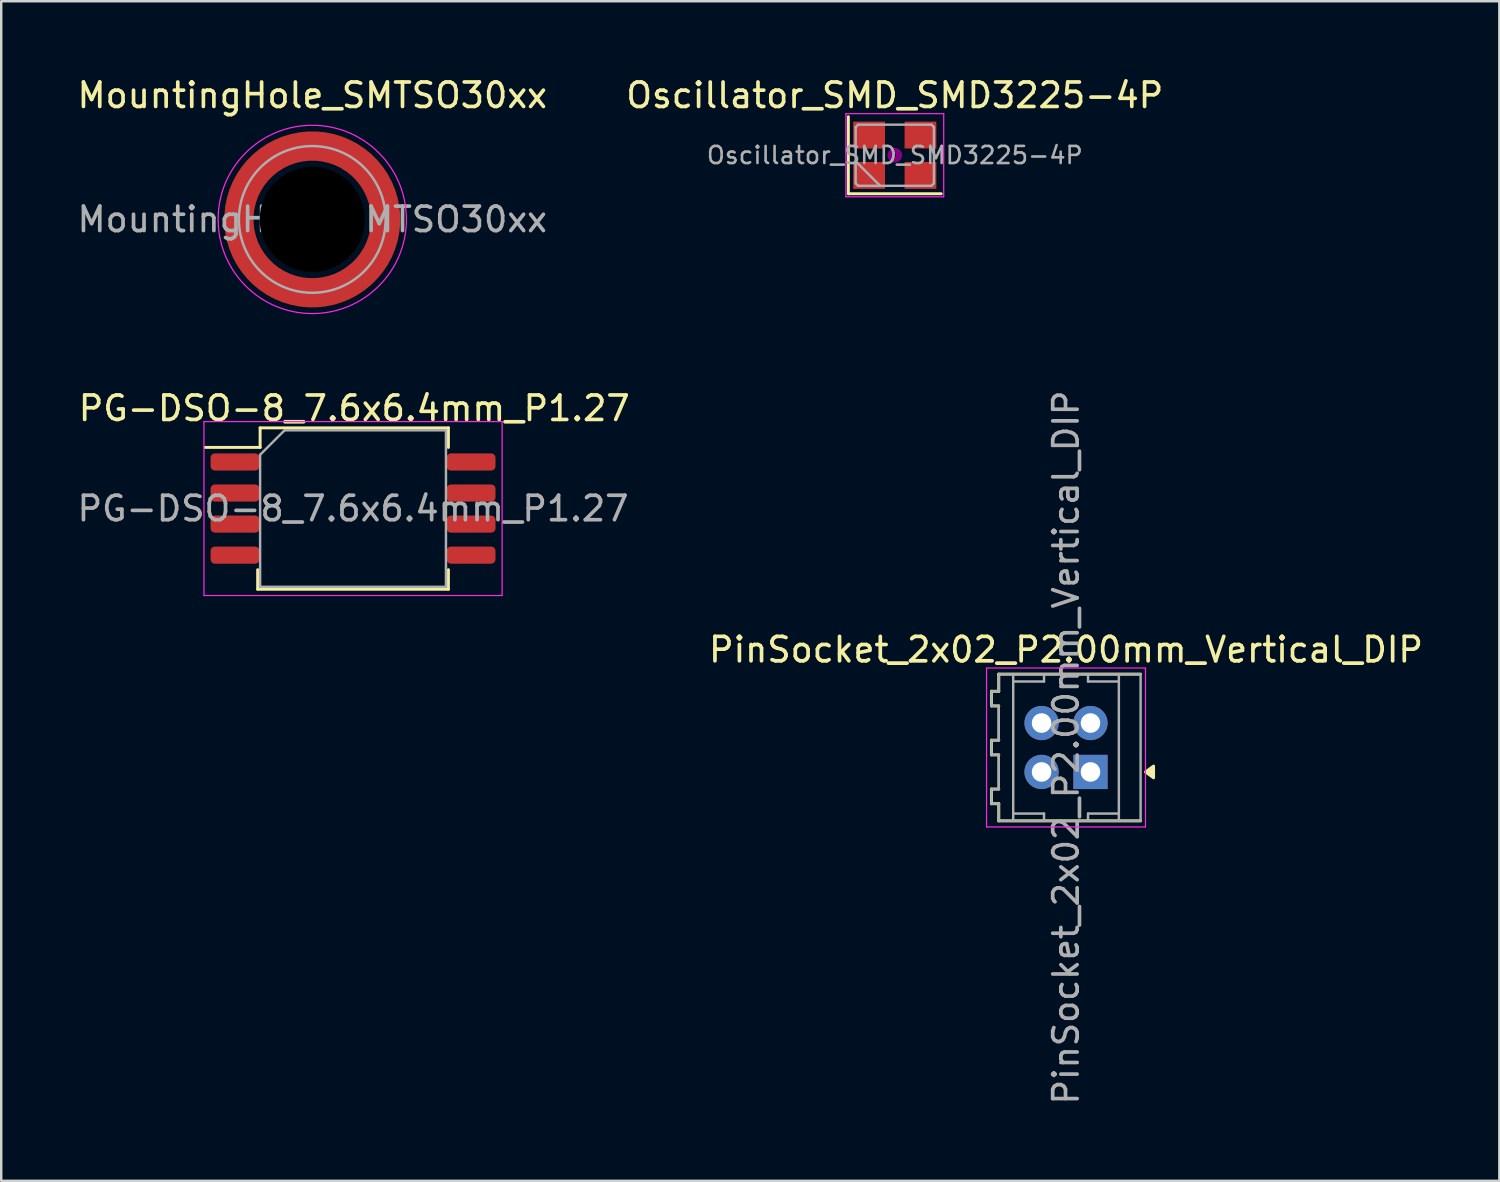
<source format=kicad_pcb>
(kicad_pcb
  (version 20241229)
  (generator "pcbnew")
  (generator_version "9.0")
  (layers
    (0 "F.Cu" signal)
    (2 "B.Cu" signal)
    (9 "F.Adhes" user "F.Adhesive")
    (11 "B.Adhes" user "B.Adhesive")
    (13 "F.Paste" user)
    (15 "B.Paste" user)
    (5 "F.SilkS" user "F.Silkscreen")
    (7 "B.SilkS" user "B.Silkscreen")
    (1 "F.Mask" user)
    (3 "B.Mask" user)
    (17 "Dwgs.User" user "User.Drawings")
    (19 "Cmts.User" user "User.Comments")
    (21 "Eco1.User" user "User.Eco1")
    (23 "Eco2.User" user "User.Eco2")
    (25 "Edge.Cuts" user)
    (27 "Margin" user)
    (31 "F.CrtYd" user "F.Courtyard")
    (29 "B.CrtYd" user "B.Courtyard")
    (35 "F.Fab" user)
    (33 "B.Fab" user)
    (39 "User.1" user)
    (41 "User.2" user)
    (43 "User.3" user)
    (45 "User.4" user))
  (footprint "Oscillator_SMD_SMD3225-4P"
    (layer "F.Cu")
    (at 33.542 3.298)
    (property "Reference" "Oscillator_SMD_SMD3225-4P" (at 0 -2.45 0) (layer "F.SilkS") (effects (font (size 1 1) (thickness 0.15))))
    (attr smd)
    (fp_line (start -1.9 -1.575) (end -1.9 1.575) (stroke (width 0.12) (type solid)) (layer "F.SilkS"))
    (fp_line (start -1.9 1.575) (end 1.9 1.575) (stroke (width 0.12) (type solid)) (layer "F.SilkS"))
    (fp_circle (center 0 0) (end 0.058 0) (stroke (width 0.117) (type solid)) (fill no) (layer "F.Adhes"))
    (fp_circle (center 0 0) (end 0.133 0) (stroke (width 0.083) (type solid)) (fill no) (layer "F.Adhes"))
    (fp_circle (center 0 0) (end 0.208 0) (stroke (width 0.083) (type solid)) (fill no) (layer "F.Adhes"))
    (fp_circle (center 0 0) (end 0.25 0) (stroke (width 0.1) (type solid)) (fill no) (layer "F.Adhes"))
    (fp_line (start -2 -1.7) (end -2 1.7) (stroke (width 0.05) (type solid)) (layer "F.CrtYd"))
    (fp_line (start -2 1.7) (end 2 1.7) (stroke (width 0.05) (type solid)) (layer "F.CrtYd"))
    (fp_line (start 2 -1.7) (end -2 -1.7) (stroke (width 0.05) (type solid)) (layer "F.CrtYd"))
    (fp_line (start 2 1.7) (end 2 -1.7) (stroke (width 0.05) (type solid)) (layer "F.CrtYd"))
    (fp_line (start -1.6 -1.15) (end -1.5 -1.25) (stroke (width 0.1) (type solid)) (layer "F.Fab"))
    (fp_line (start -1.6 0.25) (end -0.6 1.25) (stroke (width 0.1) (type solid)) (layer "F.Fab"))
    (fp_line (start -1.6 1.15) (end -1.6 -1.15) (stroke (width 0.1) (type solid)) (layer "F.Fab"))
    (fp_line (start -1.5 -1.25) (end 1.5 -1.25) (stroke (width 0.1) (type solid)) (layer "F.Fab"))
    (fp_line (start -1.5 1.25) (end -1.6 1.15) (stroke (width 0.1) (type solid)) (layer "F.Fab"))
    (fp_line (start 1.5 -1.25) (end 1.6 -1.15) (stroke (width 0.1) (type solid)) (layer "F.Fab"))
    (fp_line (start 1.5 1.25) (end -1.5 1.25) (stroke (width 0.1) (type solid)) (layer "F.Fab"))
    (fp_line (start 1.6 -1.15) (end 1.6 1.15) (stroke (width 0.1) (type solid)) (layer "F.Fab"))
    (fp_line (start 1.6 1.15) (end 1.5 1.25) (stroke (width 0.1) (type solid)) (layer "F.Fab"))
    (fp_text user "${REFERENCE}" (at 0 0 0) (layer "F.Fab") (effects (font (size 0.7 0.7) (thickness 0.105))))
    (pad "1" smd rect (at -1.05 0.825) (size 1.3 1.1) (layers "F.Cu" "F.Mask" "F.Paste"))
    (pad "2" smd rect (at 1.05 0.825) (size 1.3 1.1) (layers "F.Cu" "F.Mask" "F.Paste"))
    (pad "3" smd rect (at 1.05 -0.825) (size 1.3 1.1) (layers "F.Cu" "F.Mask" "F.Paste"))
    (pad "4" smd rect (at -1.05 -0.825) (size 1.3 1.1) (layers "F.Cu" "F.Mask" "F.Paste")))
  (footprint "PinSocket_2x02_P2.00mm_Vertical_DIP"
    (layer "F.Cu")
    (at 40.544 27.518)
    (property "Reference" "PinSocket_2x02_P2.00mm_Vertical_DIP" (at 0 -4 0) (layer "F.SilkS") (effects (font (size 1 1) (thickness 0.15))))
    (attr through_hole)
    (fp_line (start -3.05 -2.3) (end -3.05 -1.7) (stroke (width 0.12) (type default)) (layer "F.SilkS"))
    (fp_line (start -3.05 -1.7) (end -2.75 -1.7) (stroke (width 0.12) (type default)) (layer "F.SilkS"))
    (fp_line (start -3.05 -0.298) (end -2.75 -0.298) (stroke (width 0.12) (type default)) (layer "F.SilkS"))
    (fp_line (start -3.05 0.302) (end -3.05 -0.298) (stroke (width 0.12) (type default)) (layer "F.SilkS"))
    (fp_line (start -3.05 1.7) (end -3.05 2.3) (stroke (width 0.12) (type default)) (layer "F.SilkS"))
    (fp_line (start -3.05 2.3) (end -2.75 2.3) (stroke (width 0.12) (type default)) (layer "F.SilkS"))
    (fp_line (start -2.75 -3) (end -2.75 -2.3) (stroke (width 0.12) (type default)) (layer "F.SilkS"))
    (fp_line (start -2.75 -2.3) (end -3.05 -2.3) (stroke (width 0.12) (type default)) (layer "F.SilkS"))
    (fp_line (start -2.75 -1.7) (end -2.75 -0.298) (stroke (width 0.1) (type default)) (layer "F.SilkS"))
    (fp_line (start -2.75 0.302) (end -3.05 0.302) (stroke (width 0.12) (type default)) (layer "F.SilkS"))
    (fp_line (start -2.75 0.302) (end -2.75 1.7) (stroke (width 0.1) (type default)) (layer "F.SilkS"))
    (fp_line (start -2.75 1.7) (end -3.05 1.7) (stroke (width 0.12) (type default)) (layer "F.SilkS"))
    (fp_line (start -2.75 2.3) (end -2.75 3) (stroke (width 0.12) (type default)) (layer "F.SilkS"))
    (fp_line (start -2.75 3) (end 3.05 3) (stroke (width 0.12) (type default)) (layer "F.SilkS"))
    (fp_line (start 3.05 -3) (end -2.75 -3) (stroke (width 0.12) (type default)) (layer "F.SilkS"))
    (fp_poly (pts (xy 3.25 1) (xy 3.58 0.76) (xy 3.58 1.24) (xy 3.25 1)) (stroke (width 0.12) (type solid)) (fill yes) (layer "F.SilkS"))
    (fp_line (start -3.25 -3.25) (end 3.25 -3.25) (stroke (width 0.05) (type solid)) (layer "F.CrtYd"))
    (fp_line (start -3.25 3.25) (end -3.25 -3.25) (stroke (width 0.05) (type solid)) (layer "F.CrtYd"))
    (fp_line (start 3.25 -3.25) (end 3.25 3.25) (stroke (width 0.05) (type solid)) (layer "F.CrtYd"))
    (fp_line (start 3.25 3.25) (end -3.25 3.25) (stroke (width 0.05) (type solid)) (layer "F.CrtYd"))
    (fp_line (start -3.05 -2.3) (end -3.05 -1.7) (stroke (width 0.1) (type default)) (layer "F.Fab"))
    (fp_line (start -3.05 -1.7) (end -2.75 -1.7) (stroke (width 0.1) (type default)) (layer "F.Fab"))
    (fp_line (start -3.05 -0.298) (end -2.75 -0.298) (stroke (width 0.1) (type default)) (layer "F.Fab"))
    (fp_line (start -3.05 0.302) (end -3.05 -0.298) (stroke (width 0.1) (type default)) (layer "F.Fab"))
    (fp_line (start -3.05 1.7) (end -3.05 2.3) (stroke (width 0.1) (type default)) (layer "F.Fab"))
    (fp_line (start -3.05 2.3) (end -2.75 2.3) (stroke (width 0.1) (type default)) (layer "F.Fab"))
    (fp_line (start -2.75 -3) (end -2.75 -2.3) (stroke (width 0.1) (type default)) (layer "F.Fab"))
    (fp_line (start -2.75 -2.3) (end -3.05 -2.3) (stroke (width 0.1) (type default)) (layer "F.Fab"))
    (fp_line (start -2.75 -1.7) (end -2.75 -0.298) (stroke (width 0.1) (type default)) (layer "F.Fab"))
    (fp_line (start -2.75 0.302) (end -3.05 0.302) (stroke (width 0.1) (type default)) (layer "F.Fab"))
    (fp_line (start -2.75 0.302) (end -2.75 1.7) (stroke (width 0.1) (type default)) (layer "F.Fab"))
    (fp_line (start -2.75 1.7) (end -3.05 1.7) (stroke (width 0.1) (type default)) (layer "F.Fab"))
    (fp_line (start -2.75 2.3) (end -2.75 3) (stroke (width 0.1) (type default)) (layer "F.Fab"))
    (fp_line (start -2.75 3) (end 3.05 3) (stroke (width 0.1) (type default)) (layer "F.Fab"))
    (fp_line (start -2.16 -2.698) (end -2.16 -3) (stroke (width 0.1) (type default)) (layer "F.Fab"))
    (fp_line (start -2.16 -2.698) (end -2.16 3) (stroke (width 0.1) (type default)) (layer "F.Fab"))
    (fp_line (start -2.16 -2.698) (end -0.9 -2.698) (stroke (width 0.1) (type default)) (layer "F.Fab"))
    (fp_line (start -0.9 -2.698) (end -0.9 -3) (stroke (width 0.1) (type default)) (layer "F.Fab"))
    (fp_line (start -0.9 2.702) (end -2.16 2.702) (stroke (width 0.1) (type default)) (layer "F.Fab"))
    (fp_line (start -0.9 2.702) (end -0.9 3) (stroke (width 0.1) (type default)) (layer "F.Fab"))
    (fp_line (start 0.9 -3) (end 0.9 -2.698) (stroke (width 0.1) (type default)) (layer "F.Fab"))
    (fp_line (start 0.9 2.702) (end 0.9 3) (stroke (width 0.1) (type default)) (layer "F.Fab"))
    (fp_line (start 0.9 2.702) (end 2.16 2.702) (stroke (width 0.1) (type default)) (layer "F.Fab"))
    (fp_line (start 2.16 -3) (end 2.16 3) (stroke (width 0.1) (type default)) (layer "F.Fab"))
    (fp_line (start 2.16 -2.698) (end 0.9 -2.698) (stroke (width 0.1) (type default)) (layer "F.Fab"))
    (fp_line (start 3.05 -3) (end -2.75 -3) (stroke (width 0.1) (type default)) (layer "F.Fab"))
    (fp_line (start 3.05 3) (end 3.05 -3) (stroke (width 0.1) (type default)) (layer "F.Fab"))
    (fp_text user "${REFERENCE}" (at 0 0 90) (layer "F.Fab") (effects (font (size 1 1) (thickness 0.15))))
    (pad "1" thru_hole rect (at 1 1 180) (size 1.4 1.4) (drill 0.8) (layers "*.Cu" "*.Mask"))
    (pad "2" thru_hole circle (at -1 1 180) (size 1.4 1.4) (drill 0.8) (layers "*.Cu" "*.Mask"))
    (pad "3" thru_hole circle (at 1 -1 180) (size 1.4 1.4) (drill 0.8) (layers "*.Cu" "*.Mask"))
    (pad "4" thru_hole circle (at -1 -1 180) (size 1.4 1.4) (drill 0.8) (layers "*.Cu" "*.Mask")))
  (footprint "PG-DSO-8_7.6x6.4mm_P1.27"
    (layer "F.Cu")
    (at 11.387 17.747)
    (property "Reference" "PG-DSO-8_7.6x6.4mm_P1.27" (at 0.05 -4.1 0) (layer "F.SilkS") (effects (font (size 1 1) (thickness 0.15))))
    (attr smd)
    (fp_line (start -3.9 2.5) (end -3.9 3.3) (stroke (width 0.12) (type solid)) (layer "F.SilkS"))
    (fp_line (start -3.9 3.3) (end 3.9 3.3) (stroke (width 0.12) (type solid)) (layer "F.SilkS"))
    (fp_line (start -3.8 -3.3) (end -3.8 -2.5) (stroke (width 0.12) (type solid)) (layer "F.SilkS"))
    (fp_line (start -3.8 -2.5) (end -6.05 -2.5) (stroke (width 0.12) (type solid)) (layer "F.SilkS"))
    (fp_line (start 3.9 -3.3) (end -3.8 -3.3) (stroke (width 0.12) (type solid)) (layer "F.SilkS"))
    (fp_line (start 3.9 -2.5) (end 3.9 -3.3) (stroke (width 0.12) (type solid)) (layer "F.SilkS"))
    (fp_line (start 3.9 3.3) (end 3.9 2.5) (stroke (width 0.12) (type solid)) (layer "F.SilkS"))
    (fp_line (start -6.096 -3.556) (end -6.096 3.556) (stroke (width 0.05) (type solid)) (layer "F.CrtYd"))
    (fp_line (start -6.096 3.556) (end 6.096 3.556) (stroke (width 0.05) (type solid)) (layer "F.CrtYd"))
    (fp_line (start 6.096 -3.556) (end -6.096 -3.556) (stroke (width 0.05) (type solid)) (layer "F.CrtYd"))
    (fp_line (start 6.096 -3.556) (end 6.096 3.556) (stroke (width 0.05) (type solid)) (layer "F.CrtYd"))
    (fp_line (start -3.8 -2.2) (end -3.8 3.2) (stroke (width 0.1) (type solid)) (layer "F.Fab"))
    (fp_line (start -3.8 -2.2) (end -2.8 -3.2) (stroke (width 0.1) (type solid)) (layer "F.Fab"))
    (fp_line (start -3.8 3.2) (end 3.8 3.2) (stroke (width 0.1) (type solid)) (layer "F.Fab"))
    (fp_line (start 3.8 -3.2) (end -2.8 -3.2) (stroke (width 0.1) (type solid)) (layer "F.Fab"))
    (fp_line (start 3.8 3.2) (end 3.8 -3.2) (stroke (width 0.1) (type solid)) (layer "F.Fab"))
    (fp_text user "${REFERENCE}" (at 0 0 0) (layer "F.Fab") (effects (font (size 1 1) (thickness 0.15))))
    (pad "1" smd roundrect (at -4.826 -1.905) (size 2 0.7) (layers "F.Cu" "F.Mask" "F.Paste") (roundrect_rratio 0.25))
    (pad "2" smd roundrect (at -4.826 -0.635) (size 2 0.7) (layers "F.Cu" "F.Mask" "F.Paste") (roundrect_rratio 0.25))
    (pad "3" smd roundrect (at -4.826 0.635) (size 2 0.7) (layers "F.Cu" "F.Mask" "F.Paste") (roundrect_rratio 0.25))
    (pad "4" smd roundrect (at -4.826 1.905) (size 2 0.7) (layers "F.Cu" "F.Mask" "F.Paste") (roundrect_rratio 0.25))
    (pad "5" smd roundrect (at 4.826 1.905) (size 2 0.7) (layers "F.Cu" "F.Mask" "F.Paste") (roundrect_rratio 0.25))
    (pad "6" smd roundrect (at 4.826 0.635) (size 2 0.7) (layers "F.Cu" "F.Mask" "F.Paste") (roundrect_rratio 0.25))
    (pad "7" smd roundrect (at 4.826 -0.635) (size 2 0.7) (layers "F.Cu" "F.Mask" "F.Paste") (roundrect_rratio 0.25))
    (pad "8" smd roundrect (at 4.826 -1.905) (size 2 0.7) (layers "F.Cu" "F.Mask" "F.Paste") (roundrect_rratio 0.25)))
  (footprint "MountingHole_SMTSO30xx"
    (layer "F.Cu")
    (at 9.72 5.923)
    (property "Reference" "MountingHole_SMTSO30xx" (at 0 -5.075 0) (layer "F.SilkS") (effects (font (size 1 1) (thickness 0.15))))
    (attr smd)
    (fp_circle (center 0 0) (end 3.85 0) (stroke (width 0.05) (type solid)) (fill no) (layer "F.CrtYd"))
    (fp_circle (center 0 0) (end 3 0) (stroke (width 0.1) (type solid)) (fill no) (layer "F.Fab"))
    (fp_text user "${REFERENCE}" (at 0 0 0) (layer "F.Fab") (effects (font (size 1 1) (thickness 0.15))))
    (pad "" smd custom (at -2.175 -2.025 180) (size 1 1) (layers "F.Paste") (options (anchor circle)) (primitives (gr_poly (pts (arc (start -1.775 0.5) (mid -0.36729 -0.21729) (end 0.350001 -1.625)) (arc (start 1.199997 -1.625) (mid 0.228188 0.378187) (end -1.775 1.349997))) (width 0.2) (fill yes))))
    (pad "" smd custom (at -2.025 2.175 270) (size 1 1) (layers "F.Paste") (options (anchor circle)) (primitives (gr_poly (pts (arc (start -1.775 0.5) (mid -0.36729 -0.21729) (end 0.350001 -1.625)) (arc (start 1.199997 -1.625) (mid 0.228188 0.378187) (end -1.775 1.349997))) (width 0.2) (fill yes))))
    (pad "" np_thru_hole circle (at 0 0) (size 4.3 4.3) (drill 4.3) (layers "*.Mask"))
    (pad "" smd custom (at 2.025 -2.175 90) (size 1 1) (layers "F.Paste") (options (anchor circle)) (primitives (gr_poly (pts (arc (start -1.775 0.5) (mid -0.36729 -0.21729) (end 0.350001 -1.625)) (arc (start 1.199997 -1.625) (mid 0.228188 0.378187) (end -1.775 1.349997))) (width 0.2) (fill yes))))
    (pad "" smd custom (at 2.175 2.025) (size 1 1) (layers "F.Paste") (options (anchor circle)) (primitives (gr_poly (pts (arc (start -1.775 0.5) (mid -0.36729 -0.21729) (end 0.350001 -1.625)) (arc (start 1.199997 -1.625) (mid 0.228188 0.378187) (end -1.775 1.349997))) (width 0.2) (fill yes))))
    (pad "1" smd custom (at 3 0) (size 0.75 0.75) (layers "F.Cu" "F.Mask") (options (anchor circle)) (primitives (gr_circle (center -3 0) (end -0.000416 0) (width 1.2) (fill no)))))
  (gr_rect
    (start -3 -3)
    (end 58.264 45.239)
    (stroke (width 0.1) (type default))
    (fill no)
    (layer "Edge.Cuts")))
</source>
